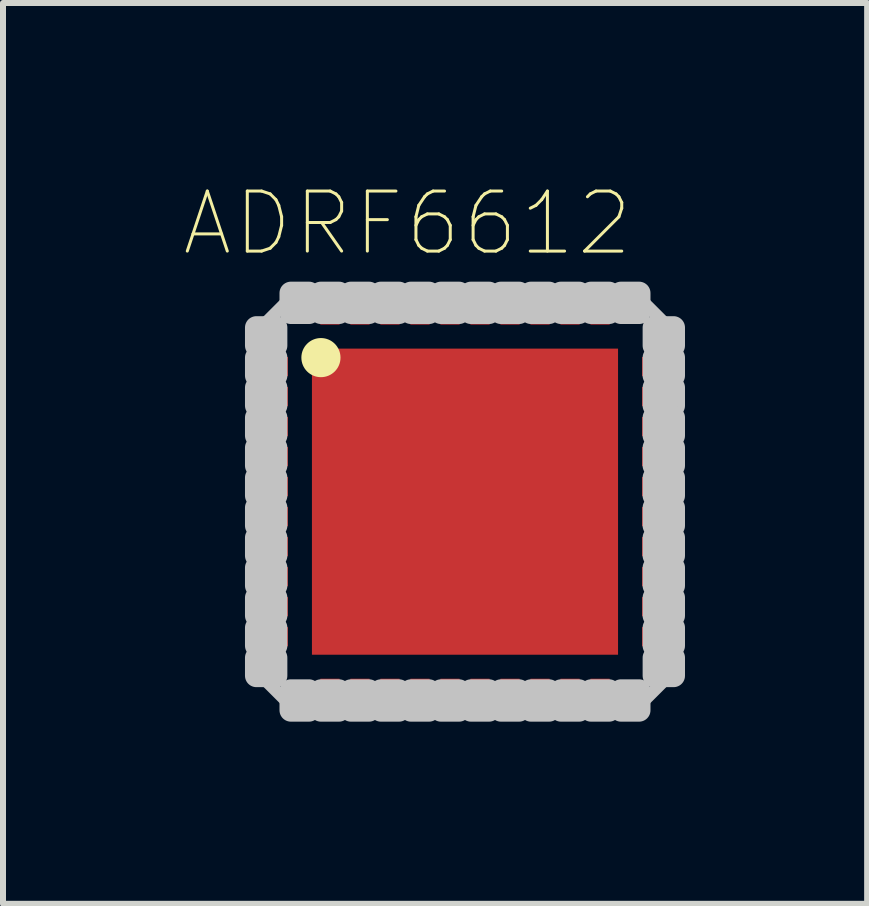
<source format=kicad_pcb>
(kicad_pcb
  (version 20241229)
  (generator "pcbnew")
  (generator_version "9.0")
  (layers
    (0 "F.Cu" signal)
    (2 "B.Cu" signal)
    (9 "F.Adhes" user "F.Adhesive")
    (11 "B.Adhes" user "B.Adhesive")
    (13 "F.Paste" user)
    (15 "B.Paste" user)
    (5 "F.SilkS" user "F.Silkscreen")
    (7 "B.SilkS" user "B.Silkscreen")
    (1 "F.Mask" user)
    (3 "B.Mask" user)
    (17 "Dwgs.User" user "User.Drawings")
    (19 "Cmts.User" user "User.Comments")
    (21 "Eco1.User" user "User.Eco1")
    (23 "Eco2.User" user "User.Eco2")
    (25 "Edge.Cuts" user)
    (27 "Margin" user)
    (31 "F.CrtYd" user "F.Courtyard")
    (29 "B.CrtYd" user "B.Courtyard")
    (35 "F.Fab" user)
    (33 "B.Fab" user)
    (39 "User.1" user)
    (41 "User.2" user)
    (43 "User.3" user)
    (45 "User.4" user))
  (footprint "ADRF6612"
    (layer "F.Cu")
    (at 4.697 5.308)
    (property "Reference" "ADRF6612" (at -0.96 -4.635 0) (layer "F.SilkS") (effects (font (size 1 1) (thickness 0.05))))
    (attr smd)
    (fp_line (start -3.5 -2.25) (end -3.1 -2.25) (stroke (width 0.4) (type solid)) (layer "F.Mask"))
    (fp_line (start -3.5 -1.75) (end -3.1 -1.75) (stroke (width 0.4) (type solid)) (layer "F.Mask"))
    (fp_line (start -3.5 -1.25) (end -3.1 -1.25) (stroke (width 0.4) (type solid)) (layer "F.Mask"))
    (fp_line (start -3.5 -0.75) (end -3.1 -0.75) (stroke (width 0.4) (type solid)) (layer "F.Mask"))
    (fp_line (start -3.5 -0.25) (end -3.1 -0.25) (stroke (width 0.4) (type solid)) (layer "F.Mask"))
    (fp_line (start -3.5 0.25) (end -3.1 0.25) (stroke (width 0.4) (type solid)) (layer "F.Mask"))
    (fp_line (start -3.5 0.75) (end -3.1 0.75) (stroke (width 0.4) (type solid)) (layer "F.Mask"))
    (fp_line (start -3.5 1.25) (end -3.1 1.25) (stroke (width 0.4) (type solid)) (layer "F.Mask"))
    (fp_line (start -3.5 1.75) (end -3.1 1.75) (stroke (width 0.4) (type solid)) (layer "F.Mask"))
    (fp_line (start -3.5 2.25) (end -3.1 2.25) (stroke (width 0.4) (type solid)) (layer "F.Mask"))
    (fp_line (start -3.475 -2.75) (end -3.175 -2.75) (stroke (width 0.4) (type solid)) (layer "F.Mask"))
    (fp_line (start -3.475 2.75) (end -3.175 2.75) (stroke (width 0.4) (type solid)) (layer "F.Mask"))
    (fp_line (start -2.75 -3.475) (end -2.75 -3.175) (stroke (width 0.4) (type solid)) (layer "F.Mask"))
    (fp_line (start -2.75 3.475) (end -2.75 3.175) (stroke (width 0.4) (type solid)) (layer "F.Mask"))
    (fp_line (start -2.25 -3.5) (end -2.25 -3.1) (stroke (width 0.4) (type solid)) (layer "F.Mask"))
    (fp_line (start -2.25 3.5) (end -2.25 3.1) (stroke (width 0.4) (type solid)) (layer "F.Mask"))
    (fp_line (start -1.75 -3.5) (end -1.75 -3.1) (stroke (width 0.4) (type solid)) (layer "F.Mask"))
    (fp_line (start -1.75 3.5) (end -1.75 3.1) (stroke (width 0.4) (type solid)) (layer "F.Mask"))
    (fp_line (start -1.25 -3.5) (end -1.25 -3.1) (stroke (width 0.4) (type solid)) (layer "F.Mask"))
    (fp_line (start -1.25 3.5) (end -1.25 3.1) (stroke (width 0.4) (type solid)) (layer "F.Mask"))
    (fp_line (start -0.75 -3.5) (end -0.75 -3.1) (stroke (width 0.4) (type solid)) (layer "F.Mask"))
    (fp_line (start -0.75 3.5) (end -0.75 3.1) (stroke (width 0.4) (type solid)) (layer "F.Mask"))
    (fp_line (start -0.25 -3.5) (end -0.25 -3.1) (stroke (width 0.4) (type solid)) (layer "F.Mask"))
    (fp_line (start -0.25 3.5) (end -0.25 3.1) (stroke (width 0.4) (type solid)) (layer "F.Mask"))
    (fp_line (start 0.25 -3.5) (end 0.25 -3.1) (stroke (width 0.4) (type solid)) (layer "F.Mask"))
    (fp_line (start 0.25 3.5) (end 0.25 3.1) (stroke (width 0.4) (type solid)) (layer "F.Mask"))
    (fp_line (start 0.75 -3.5) (end 0.75 -3.1) (stroke (width 0.4) (type solid)) (layer "F.Mask"))
    (fp_line (start 0.75 3.5) (end 0.75 3.1) (stroke (width 0.4) (type solid)) (layer "F.Mask"))
    (fp_line (start 1.25 -3.5) (end 1.25 -3.1) (stroke (width 0.4) (type solid)) (layer "F.Mask"))
    (fp_line (start 1.25 3.5) (end 1.25 3.1) (stroke (width 0.4) (type solid)) (layer "F.Mask"))
    (fp_line (start 1.75 -3.5) (end 1.75 -3.1) (stroke (width 0.4) (type solid)) (layer "F.Mask"))
    (fp_line (start 1.75 3.5) (end 1.75 3.1) (stroke (width 0.4) (type solid)) (layer "F.Mask"))
    (fp_line (start 2.25 -3.5) (end 2.25 -3.1) (stroke (width 0.4) (type solid)) (layer "F.Mask"))
    (fp_line (start 2.25 3.5) (end 2.25 3.1) (stroke (width 0.4) (type solid)) (layer "F.Mask"))
    (fp_line (start 2.75 -3.475) (end 2.75 -3.175) (stroke (width 0.4) (type solid)) (layer "F.Mask"))
    (fp_line (start 2.75 3.475) (end 2.75 3.175) (stroke (width 0.4) (type solid)) (layer "F.Mask"))
    (fp_line (start 3.475 -2.75) (end 3.175 -2.75) (stroke (width 0.4) (type solid)) (layer "F.Mask"))
    (fp_line (start 3.475 2.75) (end 3.175 2.75) (stroke (width 0.4) (type solid)) (layer "F.Mask"))
    (fp_line (start 3.5 -2.25) (end 3.1 -2.25) (stroke (width 0.4) (type solid)) (layer "F.Mask"))
    (fp_line (start 3.5 -1.75) (end 3.1 -1.75) (stroke (width 0.4) (type solid)) (layer "F.Mask"))
    (fp_line (start 3.5 -1.25) (end 3.1 -1.25) (stroke (width 0.4) (type solid)) (layer "F.Mask"))
    (fp_line (start 3.5 -0.75) (end 3.1 -0.75) (stroke (width 0.4) (type solid)) (layer "F.Mask"))
    (fp_line (start 3.5 -0.25) (end 3.1 -0.25) (stroke (width 0.4) (type solid)) (layer "F.Mask"))
    (fp_line (start 3.5 0.25) (end 3.1 0.25) (stroke (width 0.4) (type solid)) (layer "F.Mask"))
    (fp_line (start 3.5 0.75) (end 3.1 0.75) (stroke (width 0.4) (type solid)) (layer "F.Mask"))
    (fp_line (start 3.5 1.25) (end 3.1 1.25) (stroke (width 0.4) (type solid)) (layer "F.Mask"))
    (fp_line (start 3.5 1.75) (end 3.1 1.75) (stroke (width 0.4) (type solid)) (layer "F.Mask"))
    (fp_line (start 3.5 2.25) (end 3.1 2.25) (stroke (width 0.4) (type solid)) (layer "F.Mask"))
    (fp_poly (pts (xy -2.6 -2.6) (xy 2.6 -2.6) (xy 2.6 2.6) (xy -2.6 2.6)) (stroke (width 0.381) (type solid)) (fill yes) (layer "F.Mask"))
    (fp_circle (center -2.4 -2.4) (end -2.074 -2.4) (stroke (width 0) (type solid)) (fill yes) (layer "F.SilkS"))
    (fp_line (start -3.5 -2.25) (end -3.1 -2.25) (stroke (width 0.3) (type solid)) (layer "F.Paste"))
    (fp_line (start -3.5 -1.75) (end -3.1 -1.75) (stroke (width 0.3) (type solid)) (layer "F.Paste"))
    (fp_line (start -3.5 -1.25) (end -3.1 -1.25) (stroke (width 0.3) (type solid)) (layer "F.Paste"))
    (fp_line (start -3.5 -0.75) (end -3.1 -0.75) (stroke (width 0.3) (type solid)) (layer "F.Paste"))
    (fp_line (start -3.5 -0.25) (end -3.1 -0.25) (stroke (width 0.3) (type solid)) (layer "F.Paste"))
    (fp_line (start -3.5 0.25) (end -3.1 0.25) (stroke (width 0.3) (type solid)) (layer "F.Paste"))
    (fp_line (start -3.5 0.75) (end -3.1 0.75) (stroke (width 0.3) (type solid)) (layer "F.Paste"))
    (fp_line (start -3.5 1.25) (end -3.1 1.25) (stroke (width 0.3) (type solid)) (layer "F.Paste"))
    (fp_line (start -3.5 1.75) (end -3.1 1.75) (stroke (width 0.3) (type solid)) (layer "F.Paste"))
    (fp_line (start -3.5 2.25) (end -3.1 2.25) (stroke (width 0.3) (type solid)) (layer "F.Paste"))
    (fp_line (start -3.475 -2.75) (end -3.175 -2.75) (stroke (width 0.3) (type solid)) (layer "F.Paste"))
    (fp_line (start -3.475 2.75) (end -3.175 2.75) (stroke (width 0.3) (type solid)) (layer "F.Paste"))
    (fp_line (start -2.75 -3.475) (end -2.75 -3.175) (stroke (width 0.3) (type solid)) (layer "F.Paste"))
    (fp_line (start -2.75 3.475) (end -2.75 3.175) (stroke (width 0.3) (type solid)) (layer "F.Paste"))
    (fp_line (start -2.25 -3.5) (end -2.25 -3.1) (stroke (width 0.3) (type solid)) (layer "F.Paste"))
    (fp_line (start -2.25 3.5) (end -2.25 3.1) (stroke (width 0.3) (type solid)) (layer "F.Paste"))
    (fp_line (start -1.75 -3.5) (end -1.75 -3.1) (stroke (width 0.3) (type solid)) (layer "F.Paste"))
    (fp_line (start -1.75 3.5) (end -1.75 3.1) (stroke (width 0.3) (type solid)) (layer "F.Paste"))
    (fp_line (start -1.25 -3.5) (end -1.25 -3.1) (stroke (width 0.3) (type solid)) (layer "F.Paste"))
    (fp_line (start -1.25 3.5) (end -1.25 3.1) (stroke (width 0.3) (type solid)) (layer "F.Paste"))
    (fp_line (start -0.75 -3.5) (end -0.75 -3.1) (stroke (width 0.3) (type solid)) (layer "F.Paste"))
    (fp_line (start -0.75 3.5) (end -0.75 3.1) (stroke (width 0.3) (type solid)) (layer "F.Paste"))
    (fp_line (start -0.25 -3.5) (end -0.25 -3.1) (stroke (width 0.3) (type solid)) (layer "F.Paste"))
    (fp_line (start -0.25 3.5) (end -0.25 3.1) (stroke (width 0.3) (type solid)) (layer "F.Paste"))
    (fp_line (start 0.25 -3.5) (end 0.25 -3.1) (stroke (width 0.3) (type solid)) (layer "F.Paste"))
    (fp_line (start 0.25 3.5) (end 0.25 3.1) (stroke (width 0.3) (type solid)) (layer "F.Paste"))
    (fp_line (start 0.75 -3.5) (end 0.75 -3.1) (stroke (width 0.3) (type solid)) (layer "F.Paste"))
    (fp_line (start 0.75 3.5) (end 0.75 3.1) (stroke (width 0.3) (type solid)) (layer "F.Paste"))
    (fp_line (start 1.25 -3.5) (end 1.25 -3.1) (stroke (width 0.3) (type solid)) (layer "F.Paste"))
    (fp_line (start 1.25 3.5) (end 1.25 3.1) (stroke (width 0.3) (type solid)) (layer "F.Paste"))
    (fp_line (start 1.75 -3.5) (end 1.75 -3.1) (stroke (width 0.3) (type solid)) (layer "F.Paste"))
    (fp_line (start 1.75 3.5) (end 1.75 3.1) (stroke (width 0.3) (type solid)) (layer "F.Paste"))
    (fp_line (start 2.25 -3.5) (end 2.25 -3.1) (stroke (width 0.3) (type solid)) (layer "F.Paste"))
    (fp_line (start 2.25 3.5) (end 2.25 3.1) (stroke (width 0.3) (type solid)) (layer "F.Paste"))
    (fp_line (start 2.75 -3.475) (end 2.75 -3.175) (stroke (width 0.3) (type solid)) (layer "F.Paste"))
    (fp_line (start 2.75 3.475) (end 2.75 3.175) (stroke (width 0.3) (type solid)) (layer "F.Paste"))
    (fp_line (start 3.475 -2.75) (end 3.175 -2.75) (stroke (width 0.3) (type solid)) (layer "F.Paste"))
    (fp_line (start 3.475 2.75) (end 3.175 2.75) (stroke (width 0.3) (type solid)) (layer "F.Paste"))
    (fp_line (start 3.5 -2.25) (end 3.1 -2.25) (stroke (width 0.3) (type solid)) (layer "F.Paste"))
    (fp_line (start 3.5 -1.75) (end 3.1 -1.75) (stroke (width 0.3) (type solid)) (layer "F.Paste"))
    (fp_line (start 3.5 -1.25) (end 3.1 -1.25) (stroke (width 0.3) (type solid)) (layer "F.Paste"))
    (fp_line (start 3.5 -0.75) (end 3.1 -0.75) (stroke (width 0.3) (type solid)) (layer "F.Paste"))
    (fp_line (start 3.5 -0.25) (end 3.1 -0.25) (stroke (width 0.3) (type solid)) (layer "F.Paste"))
    (fp_line (start 3.5 0.25) (end 3.1 0.25) (stroke (width 0.3) (type solid)) (layer "F.Paste"))
    (fp_line (start 3.5 0.75) (end 3.1 0.75) (stroke (width 0.3) (type solid)) (layer "F.Paste"))
    (fp_line (start 3.5 1.25) (end 3.1 1.25) (stroke (width 0.3) (type solid)) (layer "F.Paste"))
    (fp_line (start 3.5 1.75) (end 3.1 1.75) (stroke (width 0.3) (type solid)) (layer "F.Paste"))
    (fp_line (start 3.5 2.25) (end 3.1 2.25) (stroke (width 0.3) (type solid)) (layer "F.Paste"))
    (fp_poly (pts (xy -2.5 -2.5) (xy 2.5 -2.5) (xy 2.5 2.5) (xy -2.5 2.5)) (stroke (width 0.381) (type solid)) (fill yes) (layer "F.Paste"))
    (fp_line (start -3.4 -2.9) (end -2.9 -3.4) (stroke (width 0.203) (type solid)) (layer "Dwgs.User"))
    (fp_line (start -3.4 2.9) (end -3.4 -2.9) (stroke (width 0.203) (type solid)) (layer "Dwgs.User"))
    (fp_line (start -2.9 -3.4) (end 2.9 -3.4) (stroke (width 0.203) (type solid)) (layer "Dwgs.User"))
    (fp_line (start -2.9 3.4) (end -3.4 2.9) (stroke (width 0.203) (type solid)) (layer "Dwgs.User"))
    (fp_line (start 2.9 -3.4) (end 3.4 -2.9) (stroke (width 0.203) (type solid)) (layer "Dwgs.User"))
    (fp_line (start 2.9 3.4) (end -2.9 3.4) (stroke (width 0.203) (type solid)) (layer "Dwgs.User"))
    (fp_line (start 3.4 -2.9) (end 3.4 2.9) (stroke (width 0.203) (type solid)) (layer "Dwgs.User"))
    (fp_line (start 3.4 2.9) (end 2.9 3.4) (stroke (width 0.203) (type solid)) (layer "Dwgs.User"))
    (fp_circle (center -3.15 -2.75) (end -3.025 -2.75) (stroke (width 0) (type solid)) (fill yes) (layer "Dwgs.User"))
    (fp_circle (center -3.15 -2.25) (end -3 -2.25) (stroke (width 0) (type solid)) (fill yes) (layer "Dwgs.User"))
    (fp_circle (center -3.15 -1.75) (end -3 -1.75) (stroke (width 0) (type solid)) (fill yes) (layer "Dwgs.User"))
    (fp_circle (center -3.15 -1.25) (end -3 -1.25) (stroke (width 0) (type solid)) (fill yes) (layer "Dwgs.User"))
    (fp_circle (center -3.15 -0.75) (end -3 -0.75) (stroke (width 0) (type solid)) (fill yes) (layer "Dwgs.User"))
    (fp_circle (center -3.15 -0.25) (end -3 -0.25) (stroke (width 0) (type solid)) (fill yes) (layer "Dwgs.User"))
    (fp_circle (center -3.15 0.25) (end -3 0.25) (stroke (width 0) (type solid)) (fill yes) (layer "Dwgs.User"))
    (fp_circle (center -3.15 0.75) (end -3 0.75) (stroke (width 0) (type solid)) (fill yes) (layer "Dwgs.User"))
    (fp_circle (center -3.15 1.25) (end -3 1.25) (stroke (width 0) (type solid)) (fill yes) (layer "Dwgs.User"))
    (fp_circle (center -3.15 1.75) (end -3 1.75) (stroke (width 0) (type solid)) (fill yes) (layer "Dwgs.User"))
    (fp_circle (center -3.15 2.25) (end -3 2.25) (stroke (width 0) (type solid)) (fill yes) (layer "Dwgs.User"))
    (fp_circle (center -3.15 2.75) (end -3 2.75) (stroke (width 0) (type solid)) (fill yes) (layer "Dwgs.User"))
    (fp_circle (center -2.75 -3.15) (end -2.6 -3.15) (stroke (width 0) (type solid)) (fill yes) (layer "Dwgs.User"))
    (fp_circle (center -2.75 3.15) (end -2.6 3.15) (stroke (width 0) (type solid)) (fill yes) (layer "Dwgs.User"))
    (fp_circle (center -2.25 -3.15) (end -2.1 -3.15) (stroke (width 0) (type solid)) (fill yes) (layer "Dwgs.User"))
    (fp_circle (center -2.25 3.15) (end -2.1 3.15) (stroke (width 0) (type solid)) (fill yes) (layer "Dwgs.User"))
    (fp_circle (center -1.75 -3.15) (end -1.6 -3.15) (stroke (width 0) (type solid)) (fill yes) (layer "Dwgs.User"))
    (fp_circle (center -1.75 3.15) (end -1.6 3.15) (stroke (width 0) (type solid)) (fill yes) (layer "Dwgs.User"))
    (fp_circle (center -1.25 -3.15) (end -1.1 -3.15) (stroke (width 0) (type solid)) (fill yes) (layer "Dwgs.User"))
    (fp_circle (center -1.25 3.15) (end -1.1 3.15) (stroke (width 0) (type solid)) (fill yes) (layer "Dwgs.User"))
    (fp_circle (center -0.75 -3.15) (end -0.6 -3.15) (stroke (width 0) (type solid)) (fill yes) (layer "Dwgs.User"))
    (fp_circle (center -0.75 3.15) (end -0.6 3.15) (stroke (width 0) (type solid)) (fill yes) (layer "Dwgs.User"))
    (fp_circle (center -0.25 -3.15) (end -0.1 -3.15) (stroke (width 0) (type solid)) (fill yes) (layer "Dwgs.User"))
    (fp_circle (center -0.25 3.15) (end -0.1 3.15) (stroke (width 0) (type solid)) (fill yes) (layer "Dwgs.User"))
    (fp_circle (center 0.25 -3.15) (end 0.4 -3.15) (stroke (width 0) (type solid)) (fill yes) (layer "Dwgs.User"))
    (fp_circle (center 0.25 3.15) (end 0.4 3.15) (stroke (width 0) (type solid)) (fill yes) (layer "Dwgs.User"))
    (fp_circle (center 0.75 -3.15) (end 0.9 -3.15) (stroke (width 0) (type solid)) (fill yes) (layer "Dwgs.User"))
    (fp_circle (center 0.75 3.15) (end 0.9 3.15) (stroke (width 0) (type solid)) (fill yes) (layer "Dwgs.User"))
    (fp_circle (center 1.25 -3.15) (end 1.4 -3.15) (stroke (width 0) (type solid)) (fill yes) (layer "Dwgs.User"))
    (fp_circle (center 1.25 3.15) (end 1.4 3.15) (stroke (width 0) (type solid)) (fill yes) (layer "Dwgs.User"))
    (fp_circle (center 1.75 -3.15) (end 1.9 -3.15) (stroke (width 0) (type solid)) (fill yes) (layer "Dwgs.User"))
    (fp_circle (center 1.75 3.15) (end 1.9 3.15) (stroke (width 0) (type solid)) (fill yes) (layer "Dwgs.User"))
    (fp_circle (center 2.25 -3.15) (end 2.4 -3.15) (stroke (width 0) (type solid)) (fill yes) (layer "Dwgs.User"))
    (fp_circle (center 2.25 3.15) (end 2.4 3.15) (stroke (width 0) (type solid)) (fill yes) (layer "Dwgs.User"))
    (fp_circle (center 2.75 -3.15) (end 2.9 -3.15) (stroke (width 0) (type solid)) (fill yes) (layer "Dwgs.User"))
    (fp_circle (center 2.75 3.15) (end 2.9 3.15) (stroke (width 0) (type solid)) (fill yes) (layer "Dwgs.User"))
    (fp_circle (center 3.15 -2.75) (end 3.3 -2.75) (stroke (width 0) (type solid)) (fill yes) (layer "Dwgs.User"))
    (fp_circle (center 3.15 -2.25) (end 3.3 -2.25) (stroke (width 0) (type solid)) (fill yes) (layer "Dwgs.User"))
    (fp_circle (center 3.15 -1.75) (end 3.3 -1.75) (stroke (width 0) (type solid)) (fill yes) (layer "Dwgs.User"))
    (fp_circle (center 3.15 -1.25) (end 3.3 -1.25) (stroke (width 0) (type solid)) (fill yes) (layer "Dwgs.User"))
    (fp_circle (center 3.15 -0.75) (end 3.3 -0.75) (stroke (width 0) (type solid)) (fill yes) (layer "Dwgs.User"))
    (fp_circle (center 3.15 -0.25) (end 3.3 -0.25) (stroke (width 0) (type solid)) (fill yes) (layer "Dwgs.User"))
    (fp_circle (center 3.15 0.25) (end 3.3 0.25) (stroke (width 0) (type solid)) (fill yes) (layer "Dwgs.User"))
    (fp_circle (center 3.15 0.75) (end 3.3 0.75) (stroke (width 0) (type solid)) (fill yes) (layer "Dwgs.User"))
    (fp_circle (center 3.15 1.25) (end 3.3 1.25) (stroke (width 0) (type solid)) (fill yes) (layer "Dwgs.User"))
    (fp_circle (center 3.15 1.75) (end 3.3 1.75) (stroke (width 0) (type solid)) (fill yes) (layer "Dwgs.User"))
    (fp_circle (center 3.15 2.25) (end 3.3 2.25) (stroke (width 0) (type solid)) (fill yes) (layer "Dwgs.User"))
    (fp_circle (center 3.15 2.75) (end 3.3 2.75) (stroke (width 0) (type solid)) (fill yes) (layer "Dwgs.User"))
    (fp_poly (pts (xy -3.475 -2.9) (xy -3.15 -2.9) (xy -3.15 -2.6) (xy -3.475 -2.6)) (stroke (width 0.381) (type solid)) (fill no) (layer "Dwgs.User"))
    (fp_poly (pts (xy -3.475 -2.4) (xy -3.15 -2.4) (xy -3.15 -2.1) (xy -3.475 -2.1)) (stroke (width 0.381) (type solid)) (fill no) (layer "Dwgs.User"))
    (fp_poly (pts (xy -3.475 -1.9) (xy -3.15 -1.9) (xy -3.15 -1.6) (xy -3.475 -1.6)) (stroke (width 0.381) (type solid)) (fill no) (layer "Dwgs.User"))
    (fp_poly (pts (xy -3.475 -1.4) (xy -3.15 -1.4) (xy -3.15 -1.1) (xy -3.475 -1.1)) (stroke (width 0.381) (type solid)) (fill no) (layer "Dwgs.User"))
    (fp_poly (pts (xy -3.475 -0.9) (xy -3.15 -0.9) (xy -3.15 -0.6) (xy -3.475 -0.6)) (stroke (width 0.381) (type solid)) (fill no) (layer "Dwgs.User"))
    (fp_poly (pts (xy -3.475 -0.4) (xy -3.15 -0.4) (xy -3.15 -0.1) (xy -3.475 -0.1)) (stroke (width 0.381) (type solid)) (fill no) (layer "Dwgs.User"))
    (fp_poly (pts (xy -3.475 0.1) (xy -3.15 0.1) (xy -3.15 0.4) (xy -3.475 0.4)) (stroke (width 0.381) (type solid)) (fill no) (layer "Dwgs.User"))
    (fp_poly (pts (xy -3.475 0.6) (xy -3.15 0.6) (xy -3.15 0.9) (xy -3.475 0.9)) (stroke (width 0.381) (type solid)) (fill no) (layer "Dwgs.User"))
    (fp_poly (pts (xy -3.475 1.1) (xy -3.15 1.1) (xy -3.15 1.4) (xy -3.475 1.4)) (stroke (width 0.381) (type solid)) (fill no) (layer "Dwgs.User"))
    (fp_poly (pts (xy -3.475 1.6) (xy -3.15 1.6) (xy -3.15 1.9) (xy -3.475 1.9)) (stroke (width 0.381) (type solid)) (fill no) (layer "Dwgs.User"))
    (fp_poly (pts (xy -3.475 2.1) (xy -3.15 2.1) (xy -3.15 2.4) (xy -3.475 2.4)) (stroke (width 0.381) (type solid)) (fill no) (layer "Dwgs.User"))
    (fp_poly (pts (xy -3.475 2.6) (xy -3.15 2.6) (xy -3.15 2.9) (xy -3.475 2.9)) (stroke (width 0.381) (type solid)) (fill no) (layer "Dwgs.User"))
    (fp_poly (pts (xy -2.9 3.475) (xy -2.9 3.15) (xy -2.6 3.15) (xy -2.6 3.475)) (stroke (width 0.381) (type solid)) (fill no) (layer "Dwgs.User"))
    (fp_poly (pts (xy -2.6 -3.475) (xy -2.6 -3.15) (xy -2.9 -3.15) (xy -2.9 -3.475)) (stroke (width 0.381) (type solid)) (fill no) (layer "Dwgs.User"))
    (fp_poly (pts (xy -2.4 3.475) (xy -2.4 3.15) (xy -2.1 3.15) (xy -2.1 3.475)) (stroke (width 0.381) (type solid)) (fill no) (layer "Dwgs.User"))
    (fp_poly (pts (xy -2.1 -3.475) (xy -2.1 -3.15) (xy -2.4 -3.15) (xy -2.4 -3.475)) (stroke (width 0.381) (type solid)) (fill no) (layer "Dwgs.User"))
    (fp_poly (pts (xy -1.9 3.475) (xy -1.9 3.15) (xy -1.6 3.15) (xy -1.6 3.475)) (stroke (width 0.381) (type solid)) (fill no) (layer "Dwgs.User"))
    (fp_poly (pts (xy -1.6 -3.475) (xy -1.6 -3.15) (xy -1.9 -3.15) (xy -1.9 -3.475)) (stroke (width 0.381) (type solid)) (fill no) (layer "Dwgs.User"))
    (fp_poly (pts (xy -1.4 3.475) (xy -1.4 3.15) (xy -1.1 3.15) (xy -1.1 3.475)) (stroke (width 0.381) (type solid)) (fill no) (layer "Dwgs.User"))
    (fp_poly (pts (xy -1.1 -3.475) (xy -1.1 -3.15) (xy -1.4 -3.15) (xy -1.4 -3.475)) (stroke (width 0.381) (type solid)) (fill no) (layer "Dwgs.User"))
    (fp_poly (pts (xy -0.9 3.475) (xy -0.9 3.15) (xy -0.6 3.15) (xy -0.6 3.475)) (stroke (width 0.381) (type solid)) (fill no) (layer "Dwgs.User"))
    (fp_poly (pts (xy -0.6 -3.475) (xy -0.6 -3.15) (xy -0.9 -3.15) (xy -0.9 -3.475)) (stroke (width 0.381) (type solid)) (fill no) (layer "Dwgs.User"))
    (fp_poly (pts (xy -0.4 3.475) (xy -0.4 3.15) (xy -0.1 3.15) (xy -0.1 3.475)) (stroke (width 0.381) (type solid)) (fill no) (layer "Dwgs.User"))
    (fp_poly (pts (xy -0.1 -3.475) (xy -0.1 -3.15) (xy -0.4 -3.15) (xy -0.4 -3.475)) (stroke (width 0.381) (type solid)) (fill no) (layer "Dwgs.User"))
    (fp_poly (pts (xy 0.1 3.475) (xy 0.1 3.15) (xy 0.4 3.15) (xy 0.4 3.475)) (stroke (width 0.381) (type solid)) (fill no) (layer "Dwgs.User"))
    (fp_poly (pts (xy 0.4 -3.475) (xy 0.4 -3.15) (xy 0.1 -3.15) (xy 0.1 -3.475)) (stroke (width 0.381) (type solid)) (fill no) (layer "Dwgs.User"))
    (fp_poly (pts (xy 0.6 3.475) (xy 0.6 3.15) (xy 0.9 3.15) (xy 0.9 3.475)) (stroke (width 0.381) (type solid)) (fill no) (layer "Dwgs.User"))
    (fp_poly (pts (xy 0.9 -3.475) (xy 0.9 -3.15) (xy 0.6 -3.15) (xy 0.6 -3.475)) (stroke (width 0.381) (type solid)) (fill no) (layer "Dwgs.User"))
    (fp_poly (pts (xy 1.1 3.475) (xy 1.1 3.15) (xy 1.4 3.15) (xy 1.4 3.475)) (stroke (width 0.381) (type solid)) (fill no) (layer "Dwgs.User"))
    (fp_poly (pts (xy 1.4 -3.475) (xy 1.4 -3.15) (xy 1.1 -3.15) (xy 1.1 -3.475)) (stroke (width 0.381) (type solid)) (fill no) (layer "Dwgs.User"))
    (fp_poly (pts (xy 1.6 3.475) (xy 1.6 3.15) (xy 1.9 3.15) (xy 1.9 3.475)) (stroke (width 0.381) (type solid)) (fill no) (layer "Dwgs.User"))
    (fp_poly (pts (xy 1.9 -3.475) (xy 1.9 -3.15) (xy 1.6 -3.15) (xy 1.6 -3.475)) (stroke (width 0.381) (type solid)) (fill no) (layer "Dwgs.User"))
    (fp_poly (pts (xy 2.1 3.475) (xy 2.1 3.15) (xy 2.4 3.15) (xy 2.4 3.475)) (stroke (width 0.381) (type solid)) (fill no) (layer "Dwgs.User"))
    (fp_poly (pts (xy 2.4 -3.475) (xy 2.4 -3.15) (xy 2.1 -3.15) (xy 2.1 -3.475)) (stroke (width 0.381) (type solid)) (fill no) (layer "Dwgs.User"))
    (fp_poly (pts (xy 2.6 3.475) (xy 2.6 3.15) (xy 2.9 3.15) (xy 2.9 3.475)) (stroke (width 0.381) (type solid)) (fill no) (layer "Dwgs.User"))
    (fp_poly (pts (xy 2.9 -3.475) (xy 2.9 -3.15) (xy 2.6 -3.15) (xy 2.6 -3.475)) (stroke (width 0.381) (type solid)) (fill no) (layer "Dwgs.User"))
    (fp_poly (pts (xy 3.475 -2.6) (xy 3.15 -2.6) (xy 3.15 -2.9) (xy 3.475 -2.9)) (stroke (width 0.381) (type solid)) (fill no) (layer "Dwgs.User"))
    (fp_poly (pts (xy 3.475 -2.1) (xy 3.15 -2.1) (xy 3.15 -2.4) (xy 3.475 -2.4)) (stroke (width 0.381) (type solid)) (fill no) (layer "Dwgs.User"))
    (fp_poly (pts (xy 3.475 -1.6) (xy 3.15 -1.6) (xy 3.15 -1.9) (xy 3.475 -1.9)) (stroke (width 0.381) (type solid)) (fill no) (layer "Dwgs.User"))
    (fp_poly (pts (xy 3.475 -1.1) (xy 3.15 -1.1) (xy 3.15 -1.4) (xy 3.475 -1.4)) (stroke (width 0.381) (type solid)) (fill no) (layer "Dwgs.User"))
    (fp_poly (pts (xy 3.475 -0.6) (xy 3.15 -0.6) (xy 3.15 -0.9) (xy 3.475 -0.9)) (stroke (width 0.381) (type solid)) (fill no) (layer "Dwgs.User"))
    (fp_poly (pts (xy 3.475 -0.1) (xy 3.15 -0.1) (xy 3.15 -0.4) (xy 3.475 -0.4)) (stroke (width 0.381) (type solid)) (fill no) (layer "Dwgs.User"))
    (fp_poly (pts (xy 3.475 0.4) (xy 3.15 0.4) (xy 3.15 0.1) (xy 3.475 0.1)) (stroke (width 0.381) (type solid)) (fill no) (layer "Dwgs.User"))
    (fp_poly (pts (xy 3.475 0.9) (xy 3.15 0.9) (xy 3.15 0.6) (xy 3.475 0.6)) (stroke (width 0.381) (type solid)) (fill no) (layer "Dwgs.User"))
    (fp_poly (pts (xy 3.475 1.4) (xy 3.15 1.4) (xy 3.15 1.1) (xy 3.475 1.1)) (stroke (width 0.381) (type solid)) (fill no) (layer "Dwgs.User"))
    (fp_poly (pts (xy 3.475 1.9) (xy 3.15 1.9) (xy 3.15 1.6) (xy 3.475 1.6)) (stroke (width 0.381) (type solid)) (fill no) (layer "Dwgs.User"))
    (fp_poly (pts (xy 3.475 2.4) (xy 3.15 2.4) (xy 3.15 2.1) (xy 3.475 2.1)) (stroke (width 0.381) (type solid)) (fill no) (layer "Dwgs.User"))
    (fp_poly (pts (xy 3.475 2.9) (xy 3.15 2.9) (xy 3.15 2.6) (xy 3.475 2.6)) (stroke (width 0.381) (type solid)) (fill no) (layer "Dwgs.User"))
    (pad "1" smd rect (at -3.325 -2.75) (size 0.6 0.32) (layers "F.Cu" "F.Mask" "F.Paste"))
    (pad "2" smd rect (at -3.3 -2.25) (size 0.7 0.32) (layers "F.Cu" "F.Mask" "F.Paste"))
    (pad "3" smd rect (at -3.3 -1.75) (size 0.7 0.32) (layers "F.Cu" "F.Mask" "F.Paste"))
    (pad "4" smd rect (at -3.3 -1.25) (size 0.7 0.32) (layers "F.Cu" "F.Mask" "F.Paste"))
    (pad "5" smd rect (at -3.3 -0.75) (size 0.7 0.32) (layers "F.Cu" "F.Mask" "F.Paste"))
    (pad "6" smd rect (at -3.3 -0.25) (size 0.7 0.32) (layers "F.Cu" "F.Mask" "F.Paste"))
    (pad "7" smd rect (at -3.3 0.25) (size 0.7 0.32) (layers "F.Cu" "F.Mask" "F.Paste"))
    (pad "8" smd rect (at -3.3 0.75) (size 0.7 0.32) (layers "F.Cu" "F.Mask" "F.Paste"))
    (pad "9" smd rect (at -3.3 1.25) (size 0.7 0.32) (layers "F.Cu" "F.Mask" "F.Paste"))
    (pad "10" smd rect (at -3.3 1.75) (size 0.7 0.32) (layers "F.Cu" "F.Mask" "F.Paste"))
    (pad "11" smd rect (at -3.3 2.25) (size 0.7 0.32) (layers "F.Cu" "F.Mask" "F.Paste"))
    (pad "12" smd rect (at -3.325 2.75) (size 0.6 0.32) (layers "F.Cu" "F.Mask" "F.Paste"))
    (pad "13" smd rect (at -2.75 3.325 90) (size 0.6 0.32) (layers "F.Cu" "F.Mask" "F.Paste"))
    (pad "14" smd rect (at -2.25 3.3 90) (size 0.7 0.32) (layers "F.Cu" "F.Mask" "F.Paste"))
    (pad "15" smd rect (at -1.75 3.3 90) (size 0.7 0.32) (layers "F.Cu" "F.Mask" "F.Paste"))
    (pad "16" smd rect (at -1.25 3.3 90) (size 0.7 0.32) (layers "F.Cu" "F.Mask" "F.Paste"))
    (pad "17" smd rect (at -0.75 3.3 90) (size 0.7 0.32) (layers "F.Cu" "F.Mask" "F.Paste"))
    (pad "18" smd rect (at -0.25 3.3 90) (size 0.7 0.32) (layers "F.Cu" "F.Mask" "F.Paste"))
    (pad "19" smd rect (at 0.25 3.3 90) (size 0.7 0.32) (layers "F.Cu" "F.Mask" "F.Paste"))
    (pad "20" smd rect (at 0.75 3.3 90) (size 0.7 0.32) (layers "F.Cu" "F.Mask" "F.Paste"))
    (pad "21" smd rect (at 1.25 3.3 90) (size 0.7 0.32) (layers "F.Cu" "F.Mask" "F.Paste"))
    (pad "22" smd rect (at 1.75 3.3 90) (size 0.7 0.32) (layers "F.Cu" "F.Mask" "F.Paste"))
    (pad "23" smd rect (at 2.25 3.3 90) (size 0.7 0.32) (layers "F.Cu" "F.Mask" "F.Paste"))
    (pad "24" smd rect (at 2.75 3.325 90) (size 0.6 0.32) (layers "F.Cu" "F.Mask" "F.Paste"))
    (pad "25" smd rect (at 3.325 2.75 180) (size 0.6 0.32) (layers "F.Cu" "F.Mask" "F.Paste"))
    (pad "26" smd rect (at 3.3 2.25 180) (size 0.7 0.32) (layers "F.Cu" "F.Mask" "F.Paste"))
    (pad "27" smd rect (at 3.3 1.75 180) (size 0.7 0.32) (layers "F.Cu" "F.Mask" "F.Paste"))
    (pad "28" smd rect (at 3.3 1.25 180) (size 0.7 0.32) (layers "F.Cu" "F.Mask" "F.Paste"))
    (pad "29" smd rect (at 3.3 0.75 180) (size 0.7 0.32) (layers "F.Cu" "F.Mask" "F.Paste"))
    (pad "30" smd rect (at 3.3 0.25 180) (size 0.7 0.32) (layers "F.Cu" "F.Mask" "F.Paste"))
    (pad "31" smd rect (at 3.3 -0.25 180) (size 0.7 0.32) (layers "F.Cu" "F.Mask" "F.Paste"))
    (pad "32" smd rect (at 3.3 -0.75 180) (size 0.7 0.32) (layers "F.Cu" "F.Mask" "F.Paste"))
    (pad "33" smd rect (at 3.3 -1.25 180) (size 0.7 0.32) (layers "F.Cu" "F.Mask" "F.Paste"))
    (pad "34" smd rect (at 3.3 -1.75 180) (size 0.7 0.32) (layers "F.Cu" "F.Mask" "F.Paste"))
    (pad "35" smd rect (at 3.3 -2.25 180) (size 0.7 0.32) (layers "F.Cu" "F.Mask" "F.Paste"))
    (pad "36" smd rect (at 3.325 -2.75 180) (size 0.6 0.32) (layers "F.Cu" "F.Mask" "F.Paste"))
    (pad "37" smd rect (at 2.75 -3.325 270) (size 0.6 0.32) (layers "F.Cu" "F.Mask" "F.Paste"))
    (pad "38" smd rect (at 2.25 -3.3 270) (size 0.7 0.32) (layers "F.Cu" "F.Mask" "F.Paste"))
    (pad "39" smd rect (at 1.75 -3.3 270) (size 0.7 0.32) (layers "F.Cu" "F.Mask" "F.Paste"))
    (pad "40" smd rect (at 1.25 -3.3 270) (size 0.7 0.32) (layers "F.Cu" "F.Mask" "F.Paste"))
    (pad "41" smd rect (at 0.75 -3.3 270) (size 0.7 0.32) (layers "F.Cu" "F.Mask" "F.Paste"))
    (pad "42" smd rect (at 0.25 -3.3 270) (size 0.7 0.32) (layers "F.Cu" "F.Mask" "F.Paste"))
    (pad "43" smd rect (at -0.25 -3.3 270) (size 0.7 0.32) (layers "F.Cu" "F.Mask" "F.Paste"))
    (pad "44" smd rect (at -0.75 -3.3 270) (size 0.7 0.32) (layers "F.Cu" "F.Mask" "F.Paste"))
    (pad "45" smd rect (at -1.25 -3.3 270) (size 0.7 0.32) (layers "F.Cu" "F.Mask" "F.Paste"))
    (pad "46" smd rect (at -1.75 -3.3 270) (size 0.7 0.32) (layers "F.Cu" "F.Mask" "F.Paste"))
    (pad "47" smd rect (at -2.25 -3.3 270) (size 0.7 0.32) (layers "F.Cu" "F.Mask" "F.Paste"))
    (pad "48" smd rect (at -2.75 -3.325 270) (size 0.6 0.32) (layers "F.Cu" "F.Mask" "F.Paste"))
    (pad "EXP" smd rect (at 0 0) (size 5.1 5.1) (layers "F.Cu" "F.Mask" "F.Paste")))
  (gr_rect
    (start -3 -3)
    (end 11.397 12.008)
    (stroke (width 0.1) (type default))
    (fill no)
    (layer "Edge.Cuts")))
</source>
